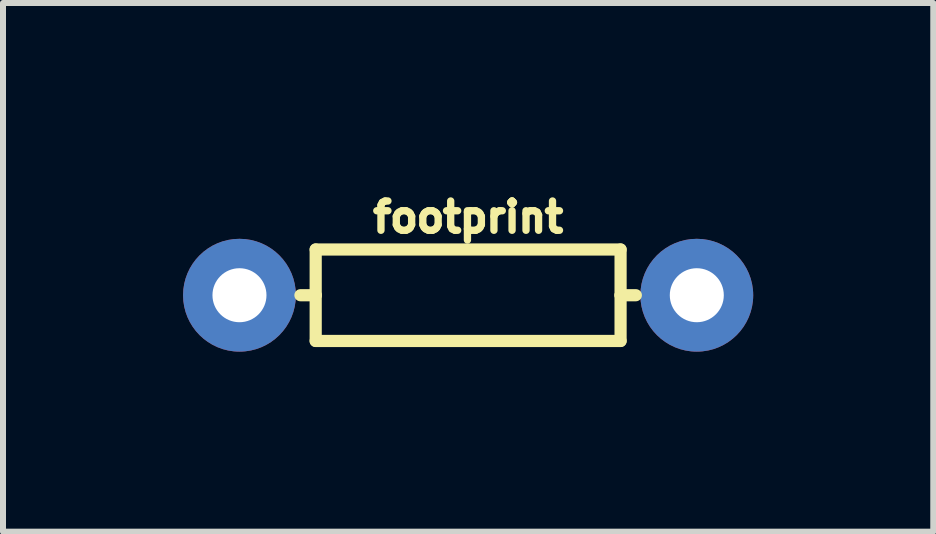
<source format=kicad_pcb>
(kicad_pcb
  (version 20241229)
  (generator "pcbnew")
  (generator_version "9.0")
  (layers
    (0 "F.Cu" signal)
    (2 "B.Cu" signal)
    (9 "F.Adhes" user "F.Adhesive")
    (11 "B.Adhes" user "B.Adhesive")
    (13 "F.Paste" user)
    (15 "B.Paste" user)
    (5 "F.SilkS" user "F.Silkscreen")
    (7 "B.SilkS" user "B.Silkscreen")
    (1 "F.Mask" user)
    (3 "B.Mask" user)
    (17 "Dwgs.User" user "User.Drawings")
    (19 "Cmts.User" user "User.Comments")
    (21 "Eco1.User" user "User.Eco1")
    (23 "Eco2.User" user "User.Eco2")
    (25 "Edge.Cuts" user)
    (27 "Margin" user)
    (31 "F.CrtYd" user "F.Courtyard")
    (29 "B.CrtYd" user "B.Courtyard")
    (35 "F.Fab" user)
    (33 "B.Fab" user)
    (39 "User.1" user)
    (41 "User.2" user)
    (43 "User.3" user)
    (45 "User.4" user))
  (footprint "footprint"
    (layer "F.Cu")
    (at 4.75 1.869)
    (property "Reference" "footprint" (at 0 -1.016 0) (layer "F.SilkS") (effects (font (size 0.488 0.488) (thickness 0.122)) (justify bottom)))
    (fp_line (start -2.54 -0.762) (end 2.54 -0.762) (stroke (width 0.203) (type solid)) (layer "F.SilkS"))
    (fp_line (start -2.54 0) (end -2.794 0) (stroke (width 0.203) (type solid)) (layer "F.SilkS"))
    (fp_line (start -2.54 0) (end -2.54 -0.762) (stroke (width 0.203) (type solid)) (layer "F.SilkS"))
    (fp_line (start -2.54 0.762) (end -2.54 0) (stroke (width 0.203) (type solid)) (layer "F.SilkS"))
    (fp_line (start 2.54 -0.762) (end 2.54 0) (stroke (width 0.203) (type solid)) (layer "F.SilkS"))
    (fp_line (start 2.54 0) (end 2.54 0.762) (stroke (width 0.203) (type solid)) (layer "F.SilkS"))
    (fp_line (start 2.54 0) (end 2.794 0) (stroke (width 0.203) (type solid)) (layer "F.SilkS"))
    (fp_line (start 2.54 0.762) (end -2.54 0.762) (stroke (width 0.203) (type solid)) (layer "F.SilkS"))
    (pad "P$1" thru_hole circle (at -3.81 0) (size 1.88 1.88) (drill 0.9) (layers "*.Cu" "*.Mask"))
    (pad "P$2" thru_hole circle (at 3.81 0) (size 1.88 1.88) (drill 0.9) (layers "*.Cu" "*.Mask")))
  (gr_rect
    (start -3 -3)
    (end 12.5 5.809)
    (stroke (width 0.1) (type default))
    (fill no)
    (layer "Edge.Cuts")))
</source>
